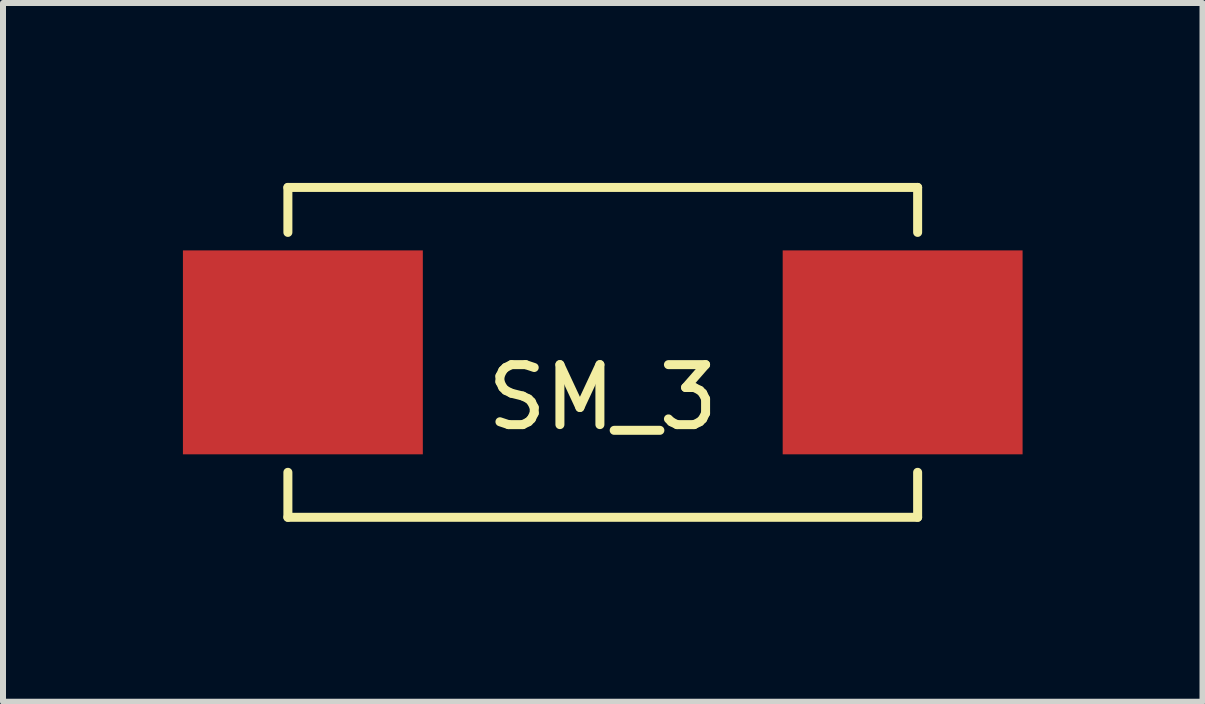
<source format=kicad_pcb>
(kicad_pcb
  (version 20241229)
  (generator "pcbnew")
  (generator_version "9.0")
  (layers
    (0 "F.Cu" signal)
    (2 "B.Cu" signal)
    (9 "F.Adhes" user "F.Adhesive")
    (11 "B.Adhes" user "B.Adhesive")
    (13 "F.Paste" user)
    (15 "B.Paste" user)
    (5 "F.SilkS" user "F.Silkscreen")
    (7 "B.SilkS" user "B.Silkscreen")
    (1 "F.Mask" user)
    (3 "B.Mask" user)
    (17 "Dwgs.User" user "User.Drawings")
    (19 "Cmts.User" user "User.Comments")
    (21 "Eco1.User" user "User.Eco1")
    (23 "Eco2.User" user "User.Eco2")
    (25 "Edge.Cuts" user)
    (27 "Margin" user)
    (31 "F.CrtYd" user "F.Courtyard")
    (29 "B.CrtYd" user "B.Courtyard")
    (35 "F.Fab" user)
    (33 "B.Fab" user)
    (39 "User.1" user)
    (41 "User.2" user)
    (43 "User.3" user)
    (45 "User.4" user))
  (footprint "SM_3"
    (layer "F.Cu")
    (at 7 2.825)
    (property "Reference" "SM_3" (at 0 0.75 0) (layer "F.SilkS") (effects (font (size 1 1) (thickness 0.15))))
    (attr through_hole)
    (fp_line (start -5.25 -2.75) (end -5.25 -2) (stroke (width 0.15) (type solid)) (layer "F.SilkS"))
    (fp_line (start -5.25 -2.75) (end 5.25 -2.75) (stroke (width 0.15) (type solid)) (layer "F.SilkS"))
    (fp_line (start -5.25 2) (end -5.25 2.75) (stroke (width 0.15) (type solid)) (layer "F.SilkS"))
    (fp_line (start -5.25 2.75) (end 5.25 2.75) (stroke (width 0.15) (type solid)) (layer "F.SilkS"))
    (fp_line (start 5.25 -2.75) (end 5.25 -2) (stroke (width 0.15) (type solid)) (layer "F.SilkS"))
    (fp_line (start 5.25 2.75) (end 5.25 2) (stroke (width 0.15) (type solid)) (layer "F.SilkS"))
    (pad "1" smd rect (at -5 0) (size 4 3.4) (layers "F.Cu" "F.Mask" "F.Paste"))
    (pad "2" smd rect (at 5 0) (size 4 3.4) (layers "F.Cu" "F.Mask" "F.Paste")))
  (gr_rect
    (start -3 -3)
    (end 17 8.65)
    (stroke (width 0.1) (type default))
    (fill no)
    (layer "Edge.Cuts")))
</source>
